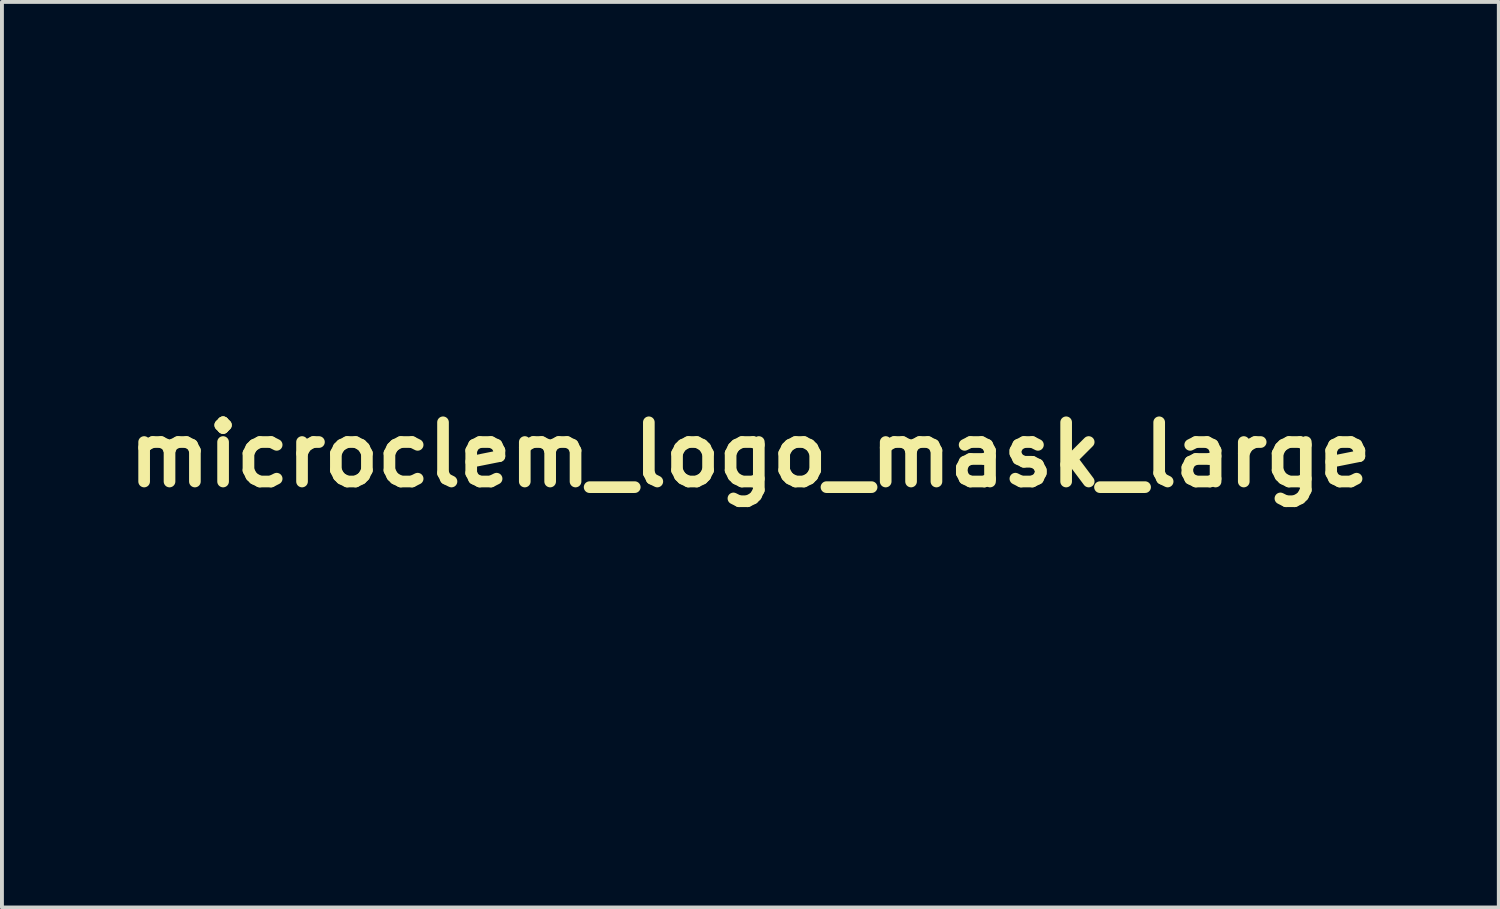
<source format=kicad_pcb>
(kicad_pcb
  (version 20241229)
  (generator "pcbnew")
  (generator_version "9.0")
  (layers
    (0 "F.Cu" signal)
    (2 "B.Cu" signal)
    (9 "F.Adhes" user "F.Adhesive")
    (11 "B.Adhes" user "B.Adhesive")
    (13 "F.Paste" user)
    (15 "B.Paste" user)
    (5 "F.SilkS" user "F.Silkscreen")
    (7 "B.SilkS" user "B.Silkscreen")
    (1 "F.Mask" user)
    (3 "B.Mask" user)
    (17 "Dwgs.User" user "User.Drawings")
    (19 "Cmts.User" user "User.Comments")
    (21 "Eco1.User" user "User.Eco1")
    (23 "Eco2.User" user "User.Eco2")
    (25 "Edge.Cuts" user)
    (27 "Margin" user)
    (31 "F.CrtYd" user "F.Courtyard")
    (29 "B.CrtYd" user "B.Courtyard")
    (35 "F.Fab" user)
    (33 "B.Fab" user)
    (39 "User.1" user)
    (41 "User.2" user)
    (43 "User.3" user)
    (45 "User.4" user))
  (footprint "microclem_logo_mask_large"
    (layer "F.Cu")
    (at 16.263 8.654)
    (property "Reference" "microclem_logo_mask_large" (at 0 0 0) (layer "F.SilkS") (effects (font (size 1.524 1.524) (thickness 0.3))))
    (attr through_hole)
    (fp_poly (pts (xy -1.359 -0.984) (xy -1.365 -0.978) (xy -1.372 -0.984) (xy -1.365 -0.991) (xy -1.359 -0.984)) (stroke (width 0.01) (type solid)) (fill yes) (layer "F.Mask"))
    (fp_poly (pts (xy -1.067 1.492) (xy -1.073 1.499) (xy -1.079 1.492) (xy -1.073 1.486) (xy -1.067 1.492)) (stroke (width 0.01) (type solid)) (fill yes) (layer "F.Mask"))
    (fp_poly (pts (xy 4.543 6.57) (xy 4.643 6.591) (xy 4.727 6.631) (xy 4.795 6.69) (xy 4.845 6.766) (xy 4.877 6.858) (xy 4.887 6.931) (xy 4.893 7.023) (xy 4.102 7.023) (xy 4.102 6.986) (xy 4.109 6.936) (xy 4.126 6.874) (xy 4.151 6.809) (xy 4.18 6.751) (xy 4.195 6.727) (xy 4.261 6.653) (xy 4.339 6.602) (xy 4.427 6.574) (xy 4.527 6.569) (xy 4.543 6.57)) (stroke (width 0.01) (type solid)) (fill yes) (layer "F.Mask"))
    (fp_poly (pts (xy 0.043 6.591) (xy 0.115 6.607) (xy 0.177 6.638) (xy 0.237 6.684) (xy 0.292 6.749) (xy 0.335 6.833) (xy 0.367 6.932) (xy 0.386 7.041) (xy 0.39 7.156) (xy 0.388 7.188) (xy 0.371 7.32) (xy 0.339 7.432) (xy 0.292 7.524) (xy 0.23 7.598) (xy 0.152 7.652) (xy 0.147 7.655) (xy 0.082 7.678) (xy 0.003 7.692) (xy -0.081 7.695) (xy -0.161 7.688) (xy -0.223 7.671) (xy -0.284 7.637) (xy -0.345 7.588) (xy -0.395 7.531) (xy -0.419 7.493) (xy -0.451 7.417) (xy -0.473 7.336) (xy -0.485 7.243) (xy -0.488 7.144) (xy -0.487 7.068) (xy -0.484 7.009) (xy -0.476 6.96) (xy -0.464 6.913) (xy -0.461 6.902) (xy -0.419 6.797) (xy -0.364 6.714) (xy -0.297 6.652) (xy -0.215 6.611) (xy -0.118 6.589) (xy -0.044 6.585) (xy 0.043 6.591)) (stroke (width 0.01) (type solid)) (fill yes) (layer "F.Mask"))
    (fp_poly (pts (xy -0.038 -0.121) (xy 0.005 -0.115) (xy 0.044 -0.111) (xy 0.078 -0.1) (xy 0.107 -0.069) (xy 0.111 -0.064) (xy 0.135 -0.03) (xy 0.157 -0.002) (xy 0.16 0.002) (xy 0.172 0.022) (xy 0.172 0.048) (xy 0.166 0.072) (xy 0.156 0.112) (xy 0.15 0.148) (xy 0.149 0.152) (xy 0.137 0.181) (xy 0.103 0.206) (xy 0.096 0.21) (xy 0.065 0.229) (xy 0.044 0.246) (xy 0.041 0.251) (xy 0.026 0.263) (xy -0.003 0.266) (xy -0.035 0.261) (xy -0.051 0.254) (xy -0.078 0.245) (xy -0.105 0.241) (xy -0.13 0.236) (xy -0.15 0.216) (xy -0.165 0.191) (xy -0.184 0.158) (xy -0.203 0.135) (xy -0.208 0.131) (xy -0.217 0.121) (xy -0.22 0.101) (xy -0.215 0.066) (xy -0.211 0.043) (xy -0.195 -0.021) (xy -0.174 -0.061) (xy -0.15 -0.076) (xy -0.146 -0.076) (xy -0.127 -0.085) (xy -0.107 -0.103) (xy -0.084 -0.121) (xy -0.054 -0.123) (xy -0.038 -0.121)) (stroke (width 0.01) (type solid)) (fill yes) (layer "F.Mask"))
    (fp_poly (pts (xy 7.938 8.649) (xy -7.925 8.649) (xy -7.925 6.401) (xy -6.82 6.401) (xy -6.82 7.887) (xy -6.591 7.887) (xy -6.591 7.403) (xy -6.591 6.92) (xy -6.531 6.798) (xy -6.484 6.711) (xy -6.442 6.647) (xy -6.401 6.605) (xy -6.362 6.583) (xy -6.333 6.579) (xy -6.296 6.584) (xy -6.271 6.603) (xy -6.265 6.613) (xy -6.259 6.622) (xy -6.255 6.635) (xy -6.251 6.654) (xy -6.248 6.68) (xy -6.246 6.716) (xy -6.244 6.764) (xy -6.243 6.827) (xy -6.241 6.906) (xy -6.24 7.004) (xy -6.239 7.123) (xy -6.238 7.265) (xy -6.238 7.267) (xy -6.235 7.887) (xy -6.007 7.887) (xy -6.007 6.919) (xy -5.942 6.793) (xy -5.898 6.711) (xy -5.859 6.651) (xy -5.823 6.61) (xy -5.789 6.587) (xy -5.754 6.579) (xy -5.749 6.579) (xy -5.712 6.584) (xy -5.687 6.604) (xy -5.68 6.613) (xy -5.675 6.622) (xy -5.671 6.635) (xy -5.667 6.654) (xy -5.664 6.68) (xy -5.662 6.716) (xy -5.66 6.764) (xy -5.658 6.827) (xy -5.657 6.906) (xy -5.656 7.004) (xy -5.655 7.122) (xy -5.654 7.264) (xy -5.654 7.267) (xy -5.651 7.887) (xy -5.421 7.887) (xy -5.423 7.671) (xy -5.144 7.671) (xy -5.144 7.887) (xy -3.962 7.887) (xy -3.962 7.671) (xy -4.407 7.671) (xy -4.407 7.113) (xy -3.705 7.113) (xy -3.703 7.263) (xy -3.681 7.401) (xy -3.639 7.523) (xy -3.579 7.631) (xy -3.501 7.721) (xy -3.406 7.794) (xy -3.294 7.849) (xy -3.193 7.879) (xy -3.115 7.891) (xy -3.02 7.896) (xy -2.918 7.895) (xy -2.817 7.887) (xy -2.724 7.874) (xy -2.661 7.859) (xy -2.559 7.83) (xy -2.555 7.717) (xy -2.554 7.663) (xy -2.555 7.631) (xy -2.558 7.615) (xy -2.566 7.611) (xy -2.574 7.613) (xy -2.723 7.661) (xy -2.861 7.686) (xy -2.989 7.688) (xy -3.034 7.684) (xy -3.146 7.659) (xy -3.238 7.618) (xy -3.313 7.561) (xy -3.37 7.486) (xy -3.412 7.392) (xy -3.438 7.278) (xy -3.443 7.243) (xy -3.447 7.109) (xy -3.429 6.98) (xy -3.403 6.89) (xy -3.367 6.821) (xy -3.313 6.751) (xy -3.248 6.689) (xy -3.18 6.641) (xy -3.165 6.633) (xy -3.089 6.607) (xy -2.997 6.594) (xy -2.895 6.592) (xy -2.791 6.603) (xy -2.69 6.625) (xy -2.608 6.654) (xy -2.553 6.679) (xy -2.553 6.45) (xy -2.594 6.433) (xy -2.68 6.407) (xy -2.717 6.401) (xy -2.184 6.401) (xy -2.184 7.887) (xy -1.93 7.887) (xy -1.93 7.156) (xy -0.741 7.156) (xy -0.734 7.297) (xy -0.714 7.419) (xy -0.68 7.525) (xy -0.632 7.619) (xy -0.566 7.705) (xy -0.56 7.711) (xy -0.475 7.786) (xy -0.372 7.845) (xy -0.254 7.886) (xy -0.185 7.9) (xy -0.124 7.905) (xy -0.049 7.905) (xy 0.03 7.899) (xy 0.102 7.89) (xy 0.127 7.884) (xy 0.23 7.849) (xy 0.33 7.793) (xy 0.417 7.723) (xy 0.425 7.715) (xy 0.506 7.62) (xy 0.567 7.513) (xy 0.609 7.394) (xy 0.633 7.259) (xy 0.639 7.125) (xy 0.639 7.113) (xy 0.931 7.113) (xy 0.933 7.263) (xy 0.955 7.401) (xy 0.996 7.523) (xy 1.056 7.631) (xy 1.134 7.721) (xy 1.23 7.794) (xy 1.342 7.849) (xy 1.443 7.879) (xy 1.521 7.891) (xy 1.615 7.896) (xy 1.717 7.895) (xy 1.819 7.887) (xy 1.912 7.874) (xy 1.975 7.859) (xy 2.076 7.83) (xy 2.08 7.717) (xy 2.081 7.671) (xy 2.426 7.671) (xy 2.426 7.887) (xy 3.607 7.887) (xy 3.607 7.671) (xy 3.162 7.671) (xy 3.162 7.172) (xy 3.842 7.172) (xy 3.846 7.275) (xy 3.857 7.368) (xy 3.865 7.41) (xy 3.907 7.536) (xy 3.965 7.643) (xy 4.041 7.732) (xy 4.134 7.803) (xy 4.245 7.856) (xy 4.375 7.891) (xy 4.425 7.9) (xy 4.483 7.904) (xy 4.558 7.906) (xy 4.644 7.904) (xy 4.731 7.899) (xy 4.814 7.891) (xy 4.851 7.886) (xy 4.908 7.877) (xy 4.967 7.866) (xy 5.001 7.859) (xy 5.067 7.845) (xy 5.067 7.743) (xy 5.067 7.693) (xy 5.065 7.664) (xy 5.06 7.65) (xy 5.05 7.648) (xy 5.039 7.65) (xy 4.96 7.668) (xy 4.868 7.682) (xy 4.769 7.692) (xy 4.67 7.697) (xy 4.575 7.698) (xy 4.491 7.693) (xy 4.424 7.684) (xy 4.407 7.679) (xy 4.312 7.639) (xy 4.232 7.58) (xy 4.169 7.505) (xy 4.126 7.417) (xy 4.104 7.319) (xy 4.102 7.275) (xy 4.102 7.214) (xy 5.142 7.214) (xy 5.151 7.156) (xy 5.154 7.114) (xy 5.154 7.059) (xy 5.151 7.002) (xy 5.15 7.001) (xy 5.128 6.856) (xy 5.088 6.73) (xy 5.032 6.623) (xy 4.958 6.534) (xy 4.869 6.465) (xy 4.763 6.415) (xy 4.706 6.401) (xy 5.436 6.401) (xy 5.436 7.887) (xy 5.664 7.887) (xy 5.664 6.92) (xy 5.725 6.798) (xy 5.771 6.711) (xy 5.814 6.647) (xy 5.854 6.605) (xy 5.894 6.583) (xy 5.922 6.579) (xy 5.959 6.584) (xy 5.984 6.603) (xy 5.991 6.613) (xy 5.996 6.622) (xy 6 6.635) (xy 6.004 6.654) (xy 6.007 6.68) (xy 6.009 6.716) (xy 6.011 6.764) (xy 6.013 6.827) (xy 6.014 6.906) (xy 6.015 7.004) (xy 6.016 7.123) (xy 6.017 7.265) (xy 6.017 7.267) (xy 6.021 7.887) (xy 6.248 7.887) (xy 6.248 6.919) (xy 6.313 6.793) (xy 6.358 6.711) (xy 6.397 6.651) (xy 6.432 6.61) (xy 6.466 6.587) (xy 6.501 6.579) (xy 6.507 6.579) (xy 6.544 6.584) (xy 6.569 6.604) (xy 6.575 6.613) (xy 6.58 6.622) (xy 6.585 6.635) (xy 6.588 6.654) (xy 6.591 6.68) (xy 6.594 6.716) (xy 6.596 6.764) (xy 6.597 6.827) (xy 6.598 6.906) (xy 6.599 7.004) (xy 6.6 7.122) (xy 6.601 7.264) (xy 6.601 7.267) (xy 6.605 7.887) (xy 6.834 7.887) (xy 6.83 7.255) (xy 6.829 7.112) (xy 6.828 6.992) (xy 6.827 6.893) (xy 6.826 6.812) (xy 6.825 6.747) (xy 6.823 6.696) (xy 6.82 6.657) (xy 6.817 6.627) (xy 6.814 6.604) (xy 6.809 6.585) (xy 6.804 6.569) (xy 6.798 6.553) (xy 6.762 6.486) (xy 6.716 6.431) (xy 6.664 6.394) (xy 6.651 6.389) (xy 6.593 6.377) (xy 6.527 6.377) (xy 6.465 6.39) (xy 6.44 6.4) (xy 6.384 6.439) (xy 6.331 6.499) (xy 6.28 6.58) (xy 6.265 6.608) (xy 6.219 6.699) (xy 6.204 6.61) (xy 6.183 6.524) (xy 6.155 6.461) (xy 6.115 6.417) (xy 6.063 6.391) (xy 5.995 6.378) (xy 5.988 6.378) (xy 5.916 6.381) (xy 5.854 6.401) (xy 5.797 6.441) (xy 5.745 6.502) (xy 5.693 6.587) (xy 5.686 6.6) (xy 5.665 6.639) (xy 5.649 6.659) (xy 5.639 6.658) (xy 5.632 6.637) (xy 5.628 6.592) (xy 5.627 6.524) (xy 5.627 6.518) (xy 5.626 6.401) (xy 5.436 6.401) (xy 4.706 6.401) (xy 4.642 6.385) (xy 4.511 6.375) (xy 4.384 6.385) (xy 4.272 6.416) (xy 4.169 6.468) (xy 4.074 6.544) (xy 4.058 6.56) (xy 3.983 6.648) (xy 3.924 6.748) (xy 3.879 6.865) (xy 3.871 6.89) (xy 3.855 6.971) (xy 3.845 7.068) (xy 3.842 7.172) (xy 3.162 7.172) (xy 3.162 5.791) (xy 2.464 5.791) (xy 2.464 5.994) (xy 2.908 5.994) (xy 2.908 7.671) (xy 2.426 7.671) (xy 2.081 7.671) (xy 2.082 7.663) (xy 2.081 7.631) (xy 2.077 7.615) (xy 2.07 7.611) (xy 2.061 7.613) (xy 1.913 7.661) (xy 1.775 7.686) (xy 1.646 7.688) (xy 1.601 7.684) (xy 1.49 7.659) (xy 1.397 7.618) (xy 1.323 7.561) (xy 1.265 7.486) (xy 1.224 7.392) (xy 1.198 7.278) (xy 1.193 7.243) (xy 1.189 7.109) (xy 1.206 6.98) (xy 1.233 6.89) (xy 1.269 6.821) (xy 1.323 6.751) (xy 1.387 6.689) (xy 1.456 6.641) (xy 1.471 6.633) (xy 1.547 6.607) (xy 1.639 6.594) (xy 1.74 6.592) (xy 1.844 6.603) (xy 1.945 6.625) (xy 2.028 6.654) (xy 2.083 6.679) (xy 2.083 6.45) (xy 2.042 6.433) (xy 1.955 6.407) (xy 1.849 6.39) (xy 1.721 6.383) (xy 1.689 6.382) (xy 1.613 6.383) (xy 1.554 6.387) (xy 1.506 6.393) (xy 1.46 6.404) (xy 1.441 6.41) (xy 1.314 6.462) (xy 1.204 6.533) (xy 1.111 6.621) (xy 1.037 6.726) (xy 0.981 6.847) (xy 0.945 6.983) (xy 0.931 7.113) (xy 0.639 7.113) (xy 0.636 7.013) (xy 0.626 6.921) (xy 0.618 6.878) (xy 0.575 6.749) (xy 0.515 6.638) (xy 0.438 6.545) (xy 0.345 6.472) (xy 0.237 6.419) (xy 0.114 6.387) (xy -0.023 6.375) (xy -0.027 6.375) (xy -0.127 6.379) (xy -0.212 6.392) (xy -0.293 6.416) (xy -0.364 6.446) (xy -0.465 6.508) (xy -0.553 6.589) (xy -0.625 6.686) (xy -0.651 6.733) (xy -0.688 6.816) (xy -0.714 6.892) (xy -0.73 6.969) (xy -0.739 7.056) (xy -0.741 7.156) (xy -1.93 7.156) (xy -1.93 6.907) (xy -1.8 6.777) (xy -1.715 6.697) (xy -1.64 6.64) (xy -1.57 6.602) (xy -1.504 6.584) (xy -1.44 6.583) (xy -1.399 6.591) (xy -1.335 6.618) (xy -1.286 6.663) (xy -1.251 6.726) (xy -1.229 6.809) (xy -1.223 6.868) (xy -1.216 6.96) (xy -0.965 6.96) (xy -0.966 6.906) (xy -0.971 6.836) (xy -0.983 6.759) (xy -1.001 6.684) (xy -1.022 6.621) (xy -1.032 6.597) (xy -1.088 6.513) (xy -1.159 6.45) (xy -1.245 6.406) (xy -1.347 6.382) (xy -1.392 6.378) (xy -1.496 6.381) (xy -1.592 6.404) (xy -1.685 6.447) (xy -1.778 6.512) (xy -1.863 6.59) (xy -1.898 6.625) (xy -1.927 6.652) (xy -1.945 6.666) (xy -1.948 6.668) (xy -1.951 6.656) (xy -1.954 6.624) (xy -1.955 6.577) (xy -1.956 6.534) (xy -1.956 6.401) (xy -2.184 6.401) (xy -2.717 6.401) (xy -2.786 6.39) (xy -2.914 6.383) (xy -2.946 6.382) (xy -3.023 6.383) (xy -3.081 6.387) (xy -3.13 6.393) (xy -3.175 6.404) (xy -3.194 6.41) (xy -3.321 6.462) (xy -3.432 6.533) (xy -3.525 6.621) (xy -3.599 6.726) (xy -3.654 6.847) (xy -3.69 6.983) (xy -3.705 7.113) (xy -4.407 7.113) (xy -4.407 6.401) (xy -5.105 6.401) (xy -5.105 6.604) (xy -4.661 6.604) (xy -4.661 7.671) (xy -5.144 7.671) (xy -5.423 7.671) (xy -5.425 7.255) (xy -5.426 7.112) (xy -5.427 6.992) (xy -5.428 6.893) (xy -5.43 6.812) (xy -5.431 6.747) (xy -5.433 6.696) (xy -5.435 6.657) (xy -5.438 6.627) (xy -5.442 6.604) (xy -5.446 6.585) (xy -5.452 6.569) (xy -5.458 6.553) (xy -5.494 6.486) (xy -5.54 6.431) (xy -5.592 6.394) (xy -5.605 6.389) (xy -5.662 6.377) (xy -5.728 6.377) (xy -5.79 6.39) (xy -5.815 6.4) (xy -5.872 6.439) (xy -5.925 6.499) (xy -5.976 6.58) (xy -5.99 6.608) (xy -6.037 6.699) (xy -6.052 6.61) (xy -6.072 6.524) (xy -6.101 6.461) (xy -6.14 6.417) (xy -6.193 6.391) (xy -6.261 6.378) (xy -6.268 6.378) (xy -6.339 6.381) (xy -6.402 6.401) (xy -6.458 6.441) (xy -6.511 6.502) (xy -6.562 6.587) (xy -6.569 6.6) (xy -6.591 6.639) (xy -6.606 6.659) (xy -6.617 6.658) (xy -6.623 6.637) (xy -6.627 6.592) (xy -6.628 6.524) (xy -6.629 6.518) (xy -6.629 6.401) (xy -6.82 6.401) (xy -7.925 6.401) (xy -7.925 5.991) (xy -4.768 5.991) (xy -4.763 6.017) (xy -4.74 6.068) (xy -4.701 6.114) (xy -4.655 6.149) (xy -4.631 6.158) (xy -4.594 6.168) (xy -4.569 6.17) (xy -4.539 6.165) (xy -4.521 6.16) (xy -4.471 6.135) (xy -4.426 6.094) (xy -4.393 6.044) (xy -4.382 6.014) (xy -4.379 5.95) (xy -4.398 5.888) (xy -4.435 5.834) (xy -4.486 5.795) (xy -4.523 5.781) (xy -4.588 5.776) (xy -4.649 5.792) (xy -4.701 5.825) (xy -4.741 5.872) (xy -4.765 5.929) (xy -4.768 5.991) (xy -7.925 5.991) (xy -7.925 4.066) (xy -2.957 4.066) (xy -2.951 4.112) (xy -2.93 4.171) (xy -2.895 4.242) (xy -2.849 4.32) (xy -2.792 4.401) (xy -2.786 4.408) (xy -2.748 4.453) (xy -2.695 4.51) (xy -2.633 4.572) (xy -2.566 4.635) (xy -2.499 4.695) (xy -2.439 4.746) (xy -2.422 4.759) (xy -2.316 4.83) (xy -2.189 4.897) (xy -2.05 4.957) (xy -1.902 5.009) (xy -1.753 5.049) (xy -1.607 5.077) (xy -1.471 5.09) (xy -1.454 5.091) (xy -1.418 5.091) (xy -1.363 5.089) (xy -1.296 5.085) (xy -1.225 5.081) (xy -1.212 5.08) (xy -1.132 5.073) (xy -1.042 5.061) (xy -0.948 5.046) (xy -0.854 5.029) (xy -0.767 5.011) (xy -0.693 4.993) (xy -0.636 4.975) (xy -0.622 4.97) (xy -0.578 4.952) (xy -0.595 4.939) (xy 0.701 4.939) (xy 0.712 4.96) (xy 0.712 4.96) (xy 0.742 4.984) (xy 0.793 5.01) (xy 0.86 5.035) (xy 0.939 5.059) (xy 1.024 5.081) (xy 1.111 5.097) (xy 1.144 5.1) (xy 1.196 5.1) (xy 1.263 5.1) (xy 1.338 5.097) (xy 1.415 5.094) (xy 1.49 5.09) (xy 1.556 5.085) (xy 1.607 5.08) (xy 1.619 5.078) (xy 1.738 5.052) (xy 1.868 5.011) (xy 2.004 4.956) (xy 2.139 4.891) (xy 2.267 4.818) (xy 2.383 4.741) (xy 2.469 4.672) (xy 2.534 4.61) (xy 2.608 4.532) (xy 2.685 4.444) (xy 2.76 4.353) (xy 2.828 4.264) (xy 2.87 4.204) (xy 2.915 4.136) (xy 2.955 4.07) (xy 2.99 4.012) (xy 3.016 3.964) (xy 3.032 3.931) (xy 3.035 3.918) (xy 3.024 3.915) (xy 2.998 3.918) (xy 2.992 3.919) (xy 2.962 3.922) (xy 2.949 3.915) (xy 2.944 3.892) (xy 2.944 3.891) (xy 2.94 3.868) (xy 2.931 3.866) (xy 2.921 3.875) (xy 2.898 3.894) (xy 2.866 3.918) (xy 2.857 3.925) (xy 2.829 3.945) (xy 2.787 3.977) (xy 2.738 4.015) (xy 2.696 4.047) (xy 2.616 4.107) (xy 2.534 4.163) (xy 2.447 4.219) (xy 2.348 4.275) (xy 2.236 4.336) (xy 2.104 4.403) (xy 2.083 4.414) (xy 1.992 4.458) (xy 1.901 4.501) (xy 1.814 4.54) (xy 1.735 4.574) (xy 1.667 4.602) (xy 1.612 4.623) (xy 1.575 4.634) (xy 1.563 4.636) (xy 1.547 4.639) (xy 1.512 4.649) (xy 1.462 4.663) (xy 1.404 4.68) (xy 1.401 4.681) (xy 1.332 4.701) (xy 1.247 4.723) (xy 1.157 4.745) (xy 1.071 4.765) (xy 1.052 4.769) (xy 0.971 4.787) (xy 0.91 4.802) (xy 0.864 4.816) (xy 0.827 4.831) (xy 0.794 4.849) (xy 0.782 4.857) (xy 0.734 4.89) (xy 0.708 4.916) (xy 0.701 4.939) (xy -0.595 4.939) (xy -0.61 4.927) (xy -0.636 4.91) (xy -0.654 4.902) (xy -0.654 4.902) (xy -0.654 4.895) (xy -0.638 4.88) (xy -0.636 4.878) (xy -0.616 4.861) (xy -0.615 4.853) (xy -0.63 4.847) (xy -0.65 4.843) (xy -0.691 4.836) (xy -0.747 4.828) (xy -0.814 4.819) (xy -0.857 4.813) (xy -0.97 4.797) (xy -1.074 4.78) (xy -1.175 4.758) (xy -1.278 4.733) (xy -1.389 4.701) (xy -1.514 4.661) (xy -1.617 4.627) (xy -1.841 4.546) (xy -2.049 4.457) (xy -2.249 4.356) (xy -2.45 4.24) (xy -2.604 4.141) (xy -2.674 4.096) (xy -2.729 4.065) (xy -2.774 4.043) (xy -2.815 4.03) (xy -2.828 4.027) (xy -2.885 4.016) (xy -2.922 4.015) (xy -2.943 4.024) (xy -2.954 4.045) (xy -2.957 4.066) (xy -7.925 4.066) (xy -7.925 3.999) (xy -0.037 3.999) (xy -0.037 4.081) (xy -0.035 4.152) (xy -0.031 4.205) (xy -0.025 4.238) (xy -0.025 4.238) (xy 0.001 4.281) (xy 0.045 4.322) (xy 0.099 4.356) (xy 0.156 4.376) (xy 0.165 4.378) (xy 0.191 4.384) (xy 0.202 4.389) (xy 0.215 4.386) (xy 0.242 4.374) (xy 0.258 4.365) (xy 0.31 4.322) (xy 0.346 4.271) (xy 0.37 4.219) (xy 0.397 4.147) (xy 0.424 4.061) (xy 0.451 3.964) (xy 0.475 3.863) (xy 0.479 3.844) (xy 0.486 3.809) (xy 0.491 3.77) (xy 0.495 3.725) (xy 0.498 3.67) (xy 0.5 3.601) (xy 0.501 3.515) (xy 0.501 3.409) (xy 0.501 3.353) (xy 0.501 3.242) (xy 0.501 3.153) (xy 0.5 3.08) (xy 0.498 3.019) (xy 0.495 2.965) (xy 0.49 2.914) (xy 0.483 2.862) (xy 0.474 2.803) (xy 0.463 2.734) (xy 0.459 2.711) (xy 0.444 2.622) (xy 0.428 2.529) (xy 0.412 2.441) (xy 0.397 2.364) (xy 0.386 2.311) (xy 0.37 2.236) (xy 0.353 2.154) (xy 0.337 2.077) (xy 0.33 2.039) (xy 0.317 1.983) (xy 0.304 1.936) (xy 0.292 1.902) (xy 0.285 1.892) (xy 0.27 1.867) (xy 0.267 1.852) (xy 0.26 1.83) (xy 0.244 1.811) (xy 0.226 1.8) (xy 0.213 1.804) (xy 0.212 1.806) (xy 0.206 1.807) (xy 0.197 1.788) (xy 0.196 1.784) (xy 0.184 1.754) (xy 0.168 1.729) (xy 0.153 1.715) (xy 0.147 1.716) (xy 0.142 1.732) (xy 0.136 1.77) (xy 0.13 1.825) (xy 0.123 1.895) (xy 0.116 1.974) (xy 0.109 2.061) (xy 0.103 2.149) (xy 0.102 2.172) (xy 0.097 2.251) (xy 0.089 2.348) (xy 0.081 2.456) (xy 0.071 2.568) (xy 0.061 2.676) (xy 0.057 2.718) (xy 0.048 2.821) (xy 0.038 2.928) (xy 0.029 3.034) (xy 0.021 3.132) (xy 0.015 3.214) (xy 0.013 3.245) (xy 0.006 3.335) (xy -0.002 3.437) (xy -0.01 3.537) (xy -0.018 3.626) (xy -0.019 3.637) (xy -0.027 3.724) (xy -0.032 3.816) (xy -0.036 3.909) (xy -0.037 3.999) (xy -7.925 3.999) (xy -7.925 1.403) (xy -5.048 1.403) (xy -5.045 1.545) (xy -5.036 1.67) (xy -5.019 1.783) (xy -4.993 1.89) (xy -4.955 1.997) (xy -4.905 2.111) (xy -4.841 2.237) (xy -4.824 2.269) (xy -4.745 2.401) (xy -4.657 2.521) (xy -4.554 2.636) (xy -4.447 2.737) (xy -4.377 2.797) (xy -4.303 2.857) (xy -4.228 2.914) (xy -4.154 2.967) (xy -4.083 3.014) (xy -4.018 3.054) (xy -3.962 3.086) (xy -3.917 3.107) (xy -3.886 3.116) (xy -3.87 3.112) (xy -3.869 3.104) (xy -3.875 3.067) (xy -3.875 3.049) (xy -3.865 3.044) (xy -3.851 3.045) (xy -3.829 3.043) (xy -3.823 3.038) (xy -3.83 3.025) (xy -3.834 3.019) (xy -2.985 3.019) (xy -2.985 3.081) (xy -2.979 3.137) (xy -2.964 3.196) (xy -2.942 3.247) (xy -2.921 3.279) (xy -2.886 3.3) (xy -2.835 3.309) (xy -2.773 3.308) (xy -2.707 3.294) (xy -2.658 3.277) (xy -2.57 3.233) (xy -2.472 3.176) (xy -2.371 3.11) (xy -2.274 3.04) (xy -2.189 2.972) (xy -2.168 2.953) (xy -2.024 2.818) (xy -1.892 2.685) (xy -1.769 2.549) (xy -1.65 2.406) (xy -1.532 2.25) (xy -1.41 2.077) (xy -1.355 1.996) (xy -1.311 1.93) (xy -1.264 1.858) (xy -1.218 1.791) (xy -1.19 1.748) (xy -1.152 1.687) (xy -1.117 1.625) (xy -1.089 1.567) (xy -1.07 1.52) (xy -1.065 1.499) (xy -1.065 1.47) (xy -1.073 1.455) (xy -1.081 1.455) (xy -1.09 1.457) (xy -1.086 1.448) (xy -1.077 1.424) (xy -1.071 1.394) (xy -1.067 1.356) (xy -1.102 1.378) (xy -1.14 1.405) (xy -1.188 1.442) (xy -1.249 1.493) (xy -1.324 1.559) (xy -1.384 1.612) (xy -1.43 1.652) (xy -1.492 1.706) (xy -1.565 1.768) (xy -1.645 1.835) (xy -1.727 1.905) (xy -1.803 1.967) (xy -1.883 2.034) (xy -1.964 2.102) (xy -2.041 2.167) (xy -2.11 2.226) (xy -2.168 2.275) (xy -2.209 2.311) (xy -2.262 2.356) (xy -2.327 2.413) (xy -2.399 2.474) (xy -2.471 2.535) (xy -2.508 2.566) (xy -2.581 2.628) (xy -2.66 2.7) (xy -2.739 2.773) (xy -2.81 2.841) (xy -2.835 2.867) (xy -2.985 3.019) (xy -3.834 3.019) (xy -3.85 2.995) (xy -3.882 2.952) (xy -3.921 2.898) (xy -3.966 2.838) (xy -3.969 2.835) (xy -4.021 2.765) (xy -4.072 2.693) (xy -4.119 2.626) (xy -4.158 2.568) (xy -4.179 2.533) (xy -4.208 2.483) (xy -4.244 2.415) (xy -4.286 2.335) (xy -4.331 2.248) (xy -4.376 2.158) (xy -4.419 2.071) (xy -4.458 1.991) (xy -4.489 1.924) (xy -4.511 1.874) (xy -4.512 1.873) (xy -4.543 1.792) (xy -4.576 1.692) (xy -4.611 1.58) (xy -4.646 1.46) (xy -4.678 1.34) (xy -4.705 1.226) (xy -4.722 1.146) (xy -4.74 1.066) (xy -4.755 1.005) (xy -4.771 0.957) (xy -4.789 0.918) (xy -4.802 0.895) (xy -4.837 0.841) (xy -4.864 0.808) (xy -4.886 0.793) (xy -4.905 0.794) (xy -4.928 0.815) (xy -4.954 0.857) (xy -4.98 0.919) (xy -5.006 0.998) (xy -5.014 1.026) (xy -5.026 1.071) (xy -5.034 1.11) (xy -5.04 1.149) (xy -5.044 1.193) (xy -5.046 1.247) (xy -5.047 1.316) (xy -5.048 1.403) (xy -7.925 1.403) (xy -7.925 0.291) (xy -4.343 0.291) (xy -4.332 0.336) (xy -4.298 0.383) (xy -4.247 0.425) (xy -4.217 0.443) (xy -4.168 0.465) (xy -4.1 0.49) (xy -4.02 0.515) (xy -3.935 0.539) (xy -3.85 0.56) (xy -3.774 0.575) (xy -3.727 0.583) (xy -3.669 0.588) (xy -3.59 0.592) (xy -3.496 0.594) (xy -3.393 0.595) (xy -3.284 0.595) (xy -3.177 0.594) (xy -3.074 0.592) (xy -2.983 0.588) (xy -2.908 0.583) (xy -2.863 0.578) (xy -2.786 0.568) (xy -2.699 0.554) (xy -2.606 0.54) (xy -2.512 0.524) (xy -2.422 0.509) (xy -2.339 0.494) (xy -2.269 0.481) (xy -2.217 0.47) (xy -2.191 0.464) (xy -2.148 0.454) (xy -2.091 0.441) (xy -2.03 0.428) (xy -2.013 0.425) (xy -1.956 0.412) (xy -1.898 0.395) (xy -1.845 0.375) (xy -1.801 0.356) (xy -1.773 0.339) (xy -1.765 0.328) (xy -1.755 0.319) (xy -1.743 0.317) (xy -1.729 0.315) (xy -1.739 0.308) (xy -1.746 0.305) (xy -1.772 0.294) (xy -1.746 0.293) (xy -1.721 0.286) (xy -1.696 0.272) (xy -1.68 0.257) (xy -1.68 0.247) (xy -1.695 0.238) (xy -1.726 0.231) (xy -1.774 0.223) (xy -1.841 0.216) (xy -1.929 0.208) (xy -2.039 0.2) (xy -2.084 0.197) (xy -2.187 0.19) (xy -2.307 0.181) (xy -2.434 0.171) (xy -2.561 0.16) (xy -2.677 0.15) (xy -2.682 0.149) (xy -1.384 0.149) (xy -1.38 0.18) (xy -1.363 0.222) (xy -1.334 0.28) (xy -1.31 0.33) (xy -1.291 0.376) (xy -1.279 0.41) (xy -1.277 0.415) (xy -1.254 0.47) (xy -1.208 0.534) (xy -1.139 0.605) (xy -1.073 0.663) (xy -1.024 0.705) (xy -0.978 0.746) (xy -0.941 0.779) (xy -0.922 0.798) (xy -0.9 0.824) (xy -0.893 0.841) (xy -0.9 0.859) (xy -0.904 0.866) (xy -0.918 0.896) (xy -0.929 0.939) (xy -0.932 0.959) (xy -0.939 1.002) (xy -0.946 1.039) (xy -0.948 1.05) (xy -0.945 1.071) (xy -0.924 1.092) (xy -0.882 1.115) (xy -0.819 1.139) (xy -0.767 1.156) (xy -0.721 1.173) (xy -0.683 1.189) (xy -0.66 1.201) (xy -0.66 1.201) (xy -0.619 1.223) (xy -0.556 1.236) (xy -0.475 1.24) (xy -0.379 1.234) (xy -0.37 1.233) (xy -0.305 1.227) (xy -0.24 1.222) (xy -0.185 1.22) (xy -0.163 1.219) (xy -0.121 1.22) (xy -0.099 1.224) (xy -0.087 1.237) (xy -0.079 1.26) (xy -0.078 1.262) (xy -0.064 1.295) (xy -0.04 1.338) (xy -0.018 1.37) (xy 0.01 1.406) (xy 0.03 1.425) (xy 0.049 1.43) (xy 0.07 1.428) (xy 0.099 1.419) (xy 0.142 1.401) (xy 0.192 1.378) (xy 0.207 1.371) (xy 0.254 1.348) (xy 0.294 1.331) (xy 0.32 1.322) (xy 0.325 1.321) (xy 0.361 1.311) (xy 0.407 1.282) (xy 0.46 1.239) (xy 0.514 1.183) (xy 0.542 1.151) (xy 0.572 1.115) (xy 1.27 1.115) (xy 1.278 1.134) (xy 1.302 1.168) (xy 1.339 1.216) (xy 1.387 1.276) (xy 1.445 1.344) (xy 1.503 1.409) (xy 1.548 1.46) (xy 1.605 1.527) (xy 1.67 1.603) (xy 1.739 1.685) (xy 1.809 1.769) (xy 1.859 1.829) (xy 1.928 1.912) (xy 2.001 1.999) (xy 2.074 2.085) (xy 2.142 2.166) (xy 2.201 2.235) (xy 2.234 2.273) (xy 2.294 2.343) (xy 2.36 2.42) (xy 2.425 2.497) (xy 2.483 2.566) (xy 2.504 2.591) (xy 2.55 2.644) (xy 2.603 2.703) (xy 2.661 2.764) (xy 2.72 2.826) (xy 2.777 2.885) (xy 2.83 2.937) (xy 2.876 2.98) (xy 2.911 3.011) (xy 2.932 3.026) (xy 2.934 3.027) (xy 2.951 3.032) (xy 2.969 3.034) (xy 2.995 3.031) (xy 3.035 3.025) (xy 3.057 3.021) (xy 3.13 3.001) (xy 3.181 2.969) (xy 3.202 2.938) (xy 3.925 2.938) (xy 3.926 2.978) (xy 3.933 3.002) (xy 3.934 3.003) (xy 3.956 3.009) (xy 3.995 3.003) (xy 4.044 2.988) (xy 4.098 2.965) (xy 4.127 2.95) (xy 4.232 2.888) (xy 4.326 2.821) (xy 4.414 2.747) (xy 4.502 2.66) (xy 4.593 2.556) (xy 4.638 2.502) (xy 4.728 2.373) (xy 4.809 2.224) (xy 4.879 2.059) (xy 4.936 1.881) (xy 4.978 1.702) (xy 4.985 1.648) (xy 4.99 1.575) (xy 4.992 1.489) (xy 4.992 1.397) (xy 4.99 1.305) (xy 4.986 1.219) (xy 4.979 1.146) (xy 4.979 1.139) (xy 4.967 1.059) (xy 4.953 0.974) (xy 4.936 0.888) (xy 4.918 0.808) (xy 4.9 0.737) (xy 4.883 0.681) (xy 4.868 0.643) (xy 4.864 0.635) (xy 4.853 0.624) (xy 4.846 0.636) (xy 4.844 0.644) (xy 4.827 0.672) (xy 4.801 0.68) (xy 4.775 0.667) (xy 4.767 0.661) (xy 4.76 0.663) (xy 4.754 0.677) (xy 4.748 0.706) (xy 4.741 0.753) (xy 4.732 0.822) (xy 4.732 0.822) (xy 4.715 0.946) (xy 4.699 1.054) (xy 4.682 1.151) (xy 4.662 1.242) (xy 4.639 1.334) (xy 4.611 1.432) (xy 4.576 1.54) (xy 4.534 1.666) (xy 4.523 1.698) (xy 4.429 1.947) (xy 4.322 2.181) (xy 4.199 2.409) (xy 4.056 2.637) (xy 4.055 2.638) (xy 4.018 2.697) (xy 3.984 2.754) (xy 3.958 2.803) (xy 3.943 2.838) (xy 3.942 2.84) (xy 3.931 2.89) (xy 3.925 2.938) (xy 3.202 2.938) (xy 3.211 2.924) (xy 3.221 2.865) (xy 3.211 2.791) (xy 3.201 2.755) (xy 3.178 2.697) (xy 3.142 2.624) (xy 3.097 2.542) (xy 3.045 2.458) (xy 2.99 2.375) (xy 2.936 2.301) (xy 2.891 2.246) (xy 2.813 2.161) (xy 2.724 2.069) (xy 2.628 1.975) (xy 2.53 1.882) (xy 2.433 1.795) (xy 2.343 1.718) (xy 2.263 1.654) (xy 2.235 1.633) (xy 2.096 1.534) (xy 1.967 1.444) (xy 1.849 1.363) (xy 1.744 1.293) (xy 1.652 1.233) (xy 1.576 1.186) (xy 1.517 1.153) (xy 1.476 1.133) (xy 1.469 1.131) (xy 1.414 1.116) (xy 1.379 1.112) (xy 1.364 1.119) (xy 1.364 1.126) (xy 1.366 1.137) (xy 1.353 1.131) (xy 1.343 1.125) (xy 1.315 1.11) (xy 1.288 1.105) (xy 1.272 1.11) (xy 1.27 1.115) (xy 0.572 1.115) (xy 0.611 1.069) (xy 0.666 1.007) (xy 0.709 0.965) (xy 0.737 0.943) (xy 0.746 0.94) (xy 0.769 0.946) (xy 0.791 0.958) (xy 0.818 0.969) (xy 0.861 0.979) (xy 0.902 0.985) (xy 0.944 0.988) (xy 0.974 0.986) (xy 0.996 0.974) (xy 1.014 0.949) (xy 1.033 0.908) (xy 1.054 0.847) (xy 1.059 0.833) (xy 1.076 0.784) (xy 1.092 0.744) (xy 1.104 0.719) (xy 1.106 0.716) (xy 1.117 0.695) (xy 1.13 0.659) (xy 1.138 0.633) (xy 1.143 0.612) (xy 1.147 0.593) (xy 1.149 0.571) (xy 1.15 0.545) (xy 1.149 0.51) (xy 1.146 0.463) (xy 1.142 0.401) (xy 1.135 0.32) (xy 1.126 0.218) (xy 1.125 0.207) (xy 1.127 0.16) (xy 1.143 0.134) (xy 1.167 0.127) (xy 1.19 0.119) (xy 1.224 0.1) (xy 1.265 0.072) (xy 1.304 0.042) (xy 1.317 0.031) (xy 1.332 0.012) (xy 1.338 -0.012) (xy 1.332 -0.043) (xy 1.316 -0.087) (xy 1.302 -0.115) (xy 1.628 -0.115) (xy 1.629 -0.107) (xy 1.648 -0.1) (xy 1.691 -0.092) (xy 1.756 -0.084) (xy 1.841 -0.075) (xy 1.945 -0.067) (xy 1.994 -0.064) (xy 2.065 -0.059) (xy 2.156 -0.052) (xy 2.261 -0.043) (xy 2.374 -0.034) (xy 2.49 -0.024) (xy 2.604 -0.014) (xy 2.623 -0.012) (xy 2.739 -0.002) (xy 2.862 0.009) (xy 2.985 0.019) (xy 3.103 0.029) (xy 3.209 0.038) (xy 3.296 0.045) (xy 3.302 0.045) (xy 3.382 0.051) (xy 3.454 0.057) (xy 3.513 0.063) (xy 3.556 0.067) (xy 3.578 0.07) (xy 3.58 0.071) (xy 3.594 0.072) (xy 3.629 0.074) (xy 3.683 0.075) (xy 3.75 0.076) (xy 3.829 0.076) (xy 3.868 0.076) (xy 3.96 0.076) (xy 4.03 0.076) (xy 4.082 0.074) (xy 4.119 0.072) (xy 4.144 0.068) (xy 4.162 0.063) (xy 4.175 0.056) (xy 4.183 0.05) (xy 4.216 0.015) (xy 4.25 -0.035) (xy 4.278 -0.088) (xy 4.292 -0.131) (xy 4.291 -0.181) (xy 4.264 -0.228) (xy 4.214 -0.274) (xy 4.141 -0.316) (xy 4.046 -0.356) (xy 3.93 -0.392) (xy 3.793 -0.423) (xy 3.716 -0.438) (xy 3.658 -0.445) (xy 3.58 -0.45) (xy 3.486 -0.455) (xy 3.381 -0.457) (xy 3.27 -0.458) (xy 3.159 -0.457) (xy 3.05 -0.455) (xy 2.951 -0.451) (xy 2.865 -0.446) (xy 2.797 -0.439) (xy 2.793 -0.438) (xy 2.662 -0.419) (xy 2.53 -0.398) (xy 2.399 -0.375) (xy 2.273 -0.352) (xy 2.155 -0.328) (xy 2.047 -0.306) (xy 1.952 -0.284) (xy 1.873 -0.264) (xy 1.813 -0.246) (xy 1.775 -0.231) (xy 1.772 -0.229) (xy 1.724 -0.201) (xy 1.696 -0.182) (xy 1.684 -0.17) (xy 1.687 -0.163) (xy 1.691 -0.161) (xy 1.697 -0.155) (xy 1.685 -0.153) (xy 1.663 -0.146) (xy 1.641 -0.131) (xy 1.628 -0.115) (xy 1.302 -0.115) (xy 1.287 -0.147) (xy 1.279 -0.163) (xy 1.256 -0.21) (xy 1.237 -0.253) (xy 1.227 -0.283) (xy 1.227 -0.284) (xy 1.211 -0.325) (xy 1.183 -0.37) (xy 1.139 -0.421) (xy 1.078 -0.479) (xy 1.007 -0.541) (xy 0.955 -0.585) (xy 0.911 -0.624) (xy 0.877 -0.656) (xy 0.858 -0.676) (xy 0.855 -0.68) (xy 0.855 -0.702) (xy 0.863 -0.737) (xy 0.868 -0.752) (xy 0.882 -0.799) (xy 0.892 -0.853) (xy 0.895 -0.873) (xy 0.897 -0.908) (xy 0.892 -0.934) (xy 0.877 -0.955) (xy 0.847 -0.973) (xy 0.801 -0.992) (xy 0.744 -1.011) (xy 0.691 -1.031) (xy 0.641 -1.051) (xy 0.604 -1.068) (xy 0.599 -1.071) (xy 0.567 -1.085) (xy 0.522 -1.093) (xy 0.462 -1.098) (xy 0.385 -1.098) (xy 0.287 -1.093) (xy 0.2 -1.087) (xy 0.137 -1.083) (xy 0.094 -1.081) (xy 0.068 -1.082) (xy 0.053 -1.086) (xy 0.046 -1.094) (xy 0.044 -1.1) (xy 0.008 -1.178) (xy -0.044 -1.249) (xy -0.05 -1.256) (xy 1.01 -1.256) (xy 1.01 -1.235) (xy 1.027 -1.233) (xy 1.06 -1.249) (xy 1.108 -1.282) (xy 1.145 -1.311) (xy 1.19 -1.349) (xy 1.248 -1.399) (xy 1.312 -1.453) (xy 1.375 -1.508) (xy 1.393 -1.524) (xy 1.449 -1.573) (xy 1.519 -1.633) (xy 1.598 -1.699) (xy 1.68 -1.768) (xy 1.76 -1.835) (xy 1.784 -1.854) (xy 1.863 -1.919) (xy 1.945 -1.988) (xy 2.026 -2.056) (xy 2.1 -2.118) (xy 2.162 -2.171) (xy 2.177 -2.185) (xy 2.242 -2.24) (xy 2.31 -2.299) (xy 2.376 -2.355) (xy 2.433 -2.402) (xy 2.445 -2.412) (xy 2.491 -2.451) (xy 2.55 -2.504) (xy 2.616 -2.565) (xy 2.684 -2.63) (xy 2.746 -2.691) (xy 2.934 -2.876) (xy 2.934 -2.9) (xy 3.774 -2.9) (xy 3.783 -2.881) (xy 3.809 -2.845) (xy 3.81 -2.844) (xy 3.842 -2.802) (xy 3.876 -2.757) (xy 3.884 -2.746) (xy 3.909 -2.713) (xy 3.943 -2.668) (xy 3.98 -2.621) (xy 3.986 -2.613) (xy 4.022 -2.563) (xy 4.065 -2.501) (xy 4.106 -2.438) (xy 4.122 -2.411) (xy 4.157 -2.351) (xy 4.198 -2.276) (xy 4.244 -2.189) (xy 4.292 -2.096) (xy 4.339 -2.001) (xy 4.384 -1.909) (xy 4.424 -1.824) (xy 4.457 -1.751) (xy 4.481 -1.695) (xy 4.485 -1.685) (xy 4.524 -1.573) (xy 4.564 -1.445) (xy 4.602 -1.311) (xy 4.638 -1.176) (xy 4.669 -1.049) (xy 4.692 -0.938) (xy 4.693 -0.93) (xy 4.707 -0.862) (xy 4.724 -0.811) (xy 4.745 -0.768) (xy 4.759 -0.745) (xy 4.795 -0.695) (xy 4.822 -0.666) (xy 4.844 -0.657) (xy 4.866 -0.667) (xy 4.891 -0.696) (xy 4.904 -0.713) (xy 4.917 -0.74) (xy 4.934 -0.785) (xy 4.952 -0.841) (xy 4.968 -0.899) (xy 4.983 -0.961) (xy 4.994 -1.012) (xy 5 -1.061) (xy 5.004 -1.113) (xy 5.005 -1.178) (xy 5.005 -1.238) (xy 5.002 -1.387) (xy 4.992 -1.515) (xy 4.977 -1.626) (xy 4.966 -1.681) (xy 4.944 -1.759) (xy 4.91 -1.851) (xy 4.867 -1.953) (xy 4.817 -2.057) (xy 4.763 -2.159) (xy 4.709 -2.251) (xy 4.682 -2.292) (xy 4.62 -2.374) (xy 4.54 -2.463) (xy 4.445 -2.556) (xy 4.34 -2.649) (xy 4.229 -2.74) (xy 4.116 -2.823) (xy 4.006 -2.897) (xy 3.903 -2.957) (xy 3.889 -2.964) (xy 3.821 -2.998) (xy 3.827 -2.947) (xy 3.83 -2.915) (xy 3.826 -2.901) (xy 3.811 -2.901) (xy 3.803 -2.903) (xy 3.781 -2.907) (xy 3.774 -2.9) (xy 2.934 -2.9) (xy 2.934 -2.946) (xy 2.923 -3.038) (xy 2.893 -3.116) (xy 2.879 -3.137) (xy 2.865 -3.154) (xy 2.848 -3.163) (xy 2.82 -3.167) (xy 2.775 -3.169) (xy 2.765 -3.169) (xy 2.721 -3.168) (xy 2.686 -3.163) (xy 2.652 -3.154) (xy 2.611 -3.136) (xy 2.556 -3.109) (xy 2.552 -3.107) (xy 2.448 -3.051) (xy 2.352 -2.992) (xy 2.26 -2.927) (xy 2.167 -2.852) (xy 2.067 -2.764) (xy 1.984 -2.685) (xy 1.833 -2.534) (xy 1.7 -2.39) (xy 1.588 -2.253) (xy 1.514 -2.153) (xy 1.483 -2.108) (xy 1.443 -2.052) (xy 1.401 -1.994) (xy 1.383 -1.968) (xy 1.342 -1.911) (xy 1.298 -1.848) (xy 1.26 -1.791) (xy 1.247 -1.772) (xy 1.212 -1.718) (xy 1.171 -1.654) (xy 1.131 -1.593) (xy 1.124 -1.581) (xy 1.092 -1.53) (xy 1.065 -1.481) (xy 1.046 -1.441) (xy 1.041 -1.429) (xy 1.029 -1.394) (xy 1.018 -1.371) (xy 1.016 -1.367) (xy 1.01 -1.35) (xy 1.014 -1.329) (xy 1.024 -1.316) (xy 1.031 -1.316) (xy 1.035 -1.313) (xy 1.027 -1.294) (xy 1.01 -1.256) (xy -0.05 -1.256) (xy -0.066 -1.272) (xy -0.088 -1.286) (xy -0.113 -1.289) (xy -0.146 -1.281) (xy -0.191 -1.262) (xy -0.254 -1.231) (xy -0.257 -1.23) (xy -0.305 -1.208) (xy -0.346 -1.191) (xy -0.374 -1.182) (xy -0.379 -1.181) (xy -0.41 -1.171) (xy -0.453 -1.143) (xy -0.504 -1.1) (xy -0.561 -1.044) (xy -0.62 -0.977) (xy -0.625 -0.972) (xy -0.666 -0.923) (xy -0.705 -0.879) (xy -0.737 -0.844) (xy -0.754 -0.826) (xy -0.778 -0.807) (xy -0.796 -0.803) (xy -0.822 -0.812) (xy -0.831 -0.816) (xy -0.868 -0.829) (xy -0.917 -0.84) (xy -0.952 -0.845) (xy -0.993 -0.849) (xy -1.023 -0.846) (xy -1.045 -0.833) (xy -1.062 -0.806) (xy -1.08 -0.761) (xy -1.098 -0.709) (xy -1.117 -0.656) (xy -1.137 -0.606) (xy -1.155 -0.57) (xy -1.156 -0.567) (xy -1.174 -0.529) (xy -1.185 -0.483) (xy -1.19 -0.425) (xy -1.191 -0.35) (xy -1.186 -0.256) (xy -1.182 -0.205) (xy -1.176 -0.126) (xy -1.174 -0.068) (xy -1.176 -0.029) (xy -1.183 -0.004) (xy -1.195 0.008) (xy -1.213 0.013) (xy -1.219 0.013) (xy -1.24 0.02) (xy -1.273 0.04) (xy -1.312 0.068) (xy -1.316 0.071) (xy -1.353 0.1) (xy -1.375 0.125) (xy -1.384 0.149) (xy -2.682 0.149) (xy -2.711 0.147) (xy -2.894 0.13) (xy -3.055 0.115) (xy -3.197 0.103) (xy -3.323 0.093) (xy -3.437 0.085) (xy -3.541 0.079) (xy -3.638 0.074) (xy -3.732 0.07) (xy -3.825 0.068) (xy -3.89 0.067) (xy -4.205 0.062) (xy -4.25 0.11) (xy -4.285 0.156) (xy -4.316 0.207) (xy -4.337 0.255) (xy -4.343 0.291) (xy -7.925 0.291) (xy -7.925 -1.31) (xy -5.043 -1.31) (xy -5.038 -1.146) (xy -5.021 -0.973) (xy -4.993 -0.797) (xy -4.984 -0.75) (xy -4.962 -0.652) (xy -4.943 -0.579) (xy -4.925 -0.53) (xy -4.91 -0.503) (xy -4.895 -0.499) (xy -4.882 -0.516) (xy -4.877 -0.527) (xy -4.861 -0.553) (xy -4.846 -0.556) (xy -4.834 -0.54) (xy -4.822 -0.521) (xy -4.811 -0.528) (xy -4.8 -0.561) (xy -4.79 -0.618) (xy -4.79 -0.619) (xy -4.782 -0.674) (xy -4.772 -0.744) (xy -4.762 -0.818) (xy -4.756 -0.864) (xy -4.744 -0.938) (xy -4.729 -1.02) (xy -4.713 -1.095) (xy -4.704 -1.13) (xy -4.683 -1.205) (xy -4.656 -1.294) (xy -4.625 -1.392) (xy -4.59 -1.495) (xy -4.555 -1.598) (xy -4.519 -1.696) (xy -4.486 -1.786) (xy -4.456 -1.862) (xy -4.431 -1.92) (xy -4.423 -1.936) (xy -4.348 -2.083) (xy -4.271 -2.222) (xy -4.197 -2.351) (xy -4.128 -2.462) (xy -4.11 -2.489) (xy -4.055 -2.576) (xy -4.016 -2.649) (xy -3.991 -2.712) (xy -3.982 -2.753) (xy -3.268 -2.753) (xy -3.267 -2.694) (xy -3.251 -2.624) (xy -3.217 -2.54) (xy -3.166 -2.441) (xy -3.097 -2.327) (xy -3.055 -2.262) (xy -3.021 -2.213) (xy -2.981 -2.162) (xy -2.934 -2.106) (xy -2.875 -2.041) (xy -2.802 -1.966) (xy -2.728 -1.89) (xy -2.658 -1.821) (xy -2.588 -1.753) (xy -2.522 -1.691) (xy -2.464 -1.638) (xy -2.416 -1.596) (xy -2.388 -1.573) (xy -2.264 -1.483) (xy -2.142 -1.395) (xy -2.025 -1.313) (xy -1.915 -1.237) (xy -1.814 -1.169) (xy -1.723 -1.11) (xy -1.646 -1.062) (xy -1.584 -1.026) (xy -1.538 -1.003) (xy -1.525 -0.998) (xy -1.48 -0.988) (xy -1.432 -0.984) (xy -1.431 -0.984) (xy -1.399 -0.983) (xy -1.379 -0.978) (xy -1.377 -0.977) (xy -1.361 -0.969) (xy -1.339 -0.97) (xy -1.322 -0.979) (xy -1.321 -0.984) (xy -1.329 -1.003) (xy -1.354 -1.038) (xy -1.394 -1.088) (xy -1.447 -1.153) (xy -1.513 -1.23) (xy -1.582 -1.308) (xy -1.627 -1.36) (xy -1.684 -1.426) (xy -1.749 -1.503) (xy -1.818 -1.585) (xy -1.887 -1.668) (xy -1.931 -1.721) (xy -1.997 -1.801) (xy -2.066 -1.883) (xy -2.133 -1.962) (xy -2.194 -2.035) (xy -2.245 -2.095) (xy -2.273 -2.127) (xy -2.33 -2.192) (xy -2.394 -2.267) (xy -2.46 -2.344) (xy -2.519 -2.414) (xy -2.523 -2.419) (xy -2.582 -2.488) (xy -2.647 -2.559) (xy -2.713 -2.63) (xy -2.779 -2.697) (xy -2.841 -2.759) (xy -2.897 -2.811) (xy -2.945 -2.852) (xy -2.98 -2.879) (xy -2.997 -2.888) (xy -3.04 -2.892) (xy -3.094 -2.886) (xy -3.151 -2.872) (xy -3.199 -2.853) (xy -3.22 -2.839) (xy -3.252 -2.801) (xy -3.268 -2.753) (xy -3.982 -2.753) (xy -3.978 -2.771) (xy -3.976 -2.812) (xy -3.975 -2.874) (xy -4.032 -2.867) (xy -4.097 -2.85) (xy -4.174 -2.815) (xy -4.259 -2.763) (xy -4.349 -2.697) (xy -4.441 -2.62) (xy -4.533 -2.534) (xy -4.621 -2.44) (xy -4.703 -2.343) (xy -4.722 -2.318) (xy -4.79 -2.213) (xy -4.855 -2.089) (xy -4.913 -1.95) (xy -4.964 -1.801) (xy -5.005 -1.648) (xy -5.017 -1.594) (xy -5.036 -1.461) (xy -5.043 -1.31) (xy -7.925 -1.31) (xy -7.925 -3.242) (xy -0.548 -3.242) (xy -0.547 -3.128) (xy -0.546 -3.022) (xy -0.544 -2.928) (xy -0.54 -2.85) (xy -0.536 -2.791) (xy -0.534 -2.769) (xy -0.524 -2.701) (xy -0.512 -2.62) (xy -0.497 -2.531) (xy -0.482 -2.437) (xy -0.466 -2.345) (xy -0.451 -2.257) (xy -0.437 -2.179) (xy -0.425 -2.116) (xy -0.416 -2.072) (xy -0.414 -2.064) (xy -0.402 -2.016) (xy -0.388 -1.954) (xy -0.374 -1.889) (xy -0.368 -1.864) (xy -0.356 -1.812) (xy -0.344 -1.77) (xy -0.334 -1.745) (xy -0.329 -1.74) (xy -0.319 -1.73) (xy -0.318 -1.721) (xy -0.312 -1.704) (xy -0.307 -1.702) (xy -0.294 -1.692) (xy -0.281 -1.669) (xy -0.267 -1.648) (xy -0.254 -1.645) (xy -0.244 -1.641) (xy -0.241 -1.626) (xy -0.237 -1.608) (xy -0.229 -1.607) (xy -0.217 -1.606) (xy -0.216 -1.601) (xy -0.208 -1.588) (xy -0.205 -1.587) (xy -0.198 -1.599) (xy -0.189 -1.63) (xy -0.181 -1.673) (xy -0.18 -1.68) (xy -0.173 -1.732) (xy -0.167 -1.8) (xy -0.161 -1.872) (xy -0.158 -1.918) (xy -0.155 -1.972) (xy -0.149 -2.046) (xy -0.142 -2.134) (xy -0.134 -2.231) (xy -0.126 -2.331) (xy -0.119 -2.4) (xy -0.11 -2.502) (xy -0.101 -2.606) (xy -0.092 -2.706) (xy -0.084 -2.796) (xy -0.078 -2.871) (xy -0.075 -2.908) (xy -0.07 -2.975) (xy -0.063 -3.059) (xy -0.055 -3.155) (xy -0.047 -3.255) (xy -0.038 -3.353) (xy -0.037 -3.366) (xy -0.03 -3.467) (xy -0.023 -3.577) (xy -0.018 -3.687) (xy -0.014 -3.789) (xy -0.013 -3.875) (xy -0.013 -3.877) (xy -0.013 -4.101) (xy -0.05 -4.144) (xy -0.095 -4.184) (xy -0.152 -4.219) (xy -0.21 -4.243) (xy -0.231 -4.249) (xy -0.274 -4.244) (xy -0.32 -4.221) (xy -0.362 -4.181) (xy -0.386 -4.148) (xy -0.419 -4.079) (xy -0.452 -3.988) (xy -0.485 -3.875) (xy -0.514 -3.756) (xy -0.523 -3.711) (xy -0.531 -3.671) (xy -0.537 -3.632) (xy -0.541 -3.59) (xy -0.544 -3.542) (xy -0.546 -3.482) (xy -0.547 -3.408) (xy -0.548 -3.315) (xy -0.548 -3.242) (xy -7.925 -3.242) (xy -7.925 -3.778) (xy -3.083 -3.778) (xy -3.082 -3.776) (xy -3.069 -3.777) (xy -3.041 -3.782) (xy -3.034 -3.783) (xy -3.004 -3.789) (xy -2.993 -3.785) (xy -2.994 -3.768) (xy -2.994 -3.764) (xy -2.996 -3.741) (xy -2.991 -3.734) (xy -2.978 -3.741) (xy -2.949 -3.761) (xy -2.906 -3.792) (xy -2.852 -3.831) (xy -2.791 -3.876) (xy -2.787 -3.879) (xy -2.706 -3.94) (xy -2.633 -3.992) (xy -2.564 -4.038) (xy -2.494 -4.082) (xy -2.419 -4.125) (xy -2.336 -4.17) (xy -2.239 -4.22) (xy -2.124 -4.278) (xy -2.099 -4.29) (xy -1.892 -4.386) (xy -1.687 -4.468) (xy -1.477 -4.537) (xy -1.255 -4.596) (xy -1.084 -4.634) (xy -1.008 -4.651) (xy -0.952 -4.665) (xy -0.909 -4.679) (xy -0.874 -4.694) (xy -0.841 -4.713) (xy -0.834 -4.718) (xy -0.785 -4.755) (xy -0.758 -4.785) (xy -0.754 -4.811) (xy -0.754 -4.811) (xy 0.533 -4.811) (xy 0.543 -4.801) (xy 0.545 -4.801) (xy 0.563 -4.792) (xy 0.578 -4.78) (xy 0.591 -4.762) (xy 0.586 -4.747) (xy 0.578 -4.737) (xy 0.569 -4.725) (xy 0.571 -4.717) (xy 0.589 -4.71) (xy 0.627 -4.703) (xy 0.644 -4.7) (xy 0.693 -4.693) (xy 0.757 -4.683) (xy 0.829 -4.674) (xy 0.883 -4.667) (xy 0.962 -4.655) (xy 1.052 -4.638) (xy 1.138 -4.62) (xy 1.181 -4.61) (xy 1.248 -4.592) (xy 1.331 -4.567) (xy 1.425 -4.537) (xy 1.525 -4.504) (xy 1.626 -4.47) (xy 1.722 -4.436) (xy 1.81 -4.404) (xy 1.883 -4.375) (xy 1.937 -4.353) (xy 2.023 -4.31) (xy 2.124 -4.258) (xy 2.232 -4.199) (xy 2.34 -4.137) (xy 2.441 -4.076) (xy 2.529 -4.021) (xy 2.544 -4.011) (xy 2.622 -3.961) (xy 2.685 -3.925) (xy 2.737 -3.902) (xy 2.766 -3.893) (xy 2.825 -3.88) (xy 2.865 -3.875) (xy 2.891 -3.879) (xy 2.906 -3.889) (xy 2.913 -3.917) (xy 2.906 -3.96) (xy 2.887 -4.015) (xy 2.857 -4.079) (xy 2.82 -4.148) (xy 2.775 -4.218) (xy 2.726 -4.286) (xy 2.675 -4.347) (xy 2.667 -4.355) (xy 2.608 -4.414) (xy 2.54 -4.478) (xy 2.469 -4.541) (xy 2.401 -4.599) (xy 2.339 -4.648) (xy 2.293 -4.68) (xy 2.212 -4.726) (xy 2.113 -4.773) (xy 2.001 -4.818) (xy 1.884 -4.86) (xy 1.768 -4.896) (xy 1.664 -4.921) (xy 1.532 -4.941) (xy 1.383 -4.95) (xy 1.223 -4.947) (xy 1.056 -4.934) (xy 0.888 -4.91) (xy 0.725 -4.876) (xy 0.625 -4.849) (xy 0.581 -4.835) (xy 0.549 -4.822) (xy 0.534 -4.813) (xy 0.533 -4.811) (xy -0.754 -4.811) (xy -0.772 -4.836) (xy -0.81 -4.861) (xy -0.842 -4.876) (xy -0.892 -4.893) (xy -0.95 -4.912) (xy -0.991 -4.923) (xy -1.043 -4.937) (xy -1.087 -4.946) (xy -1.129 -4.953) (xy -1.176 -4.957) (xy -1.234 -4.958) (xy -1.308 -4.959) (xy -1.34 -4.958) (xy -1.421 -4.957) (xy -1.501 -4.954) (xy -1.574 -4.95) (xy -1.633 -4.945) (xy -1.656 -4.942) (xy -1.783 -4.915) (xy -1.921 -4.871) (xy -2.064 -4.812) (xy -2.205 -4.742) (xy -2.34 -4.663) (xy -2.462 -4.578) (xy -2.507 -4.542) (xy -2.562 -4.492) (xy -2.627 -4.425) (xy -2.697 -4.348) (xy -2.768 -4.264) (xy -2.836 -4.179) (xy -2.897 -4.097) (xy -2.922 -4.061) (xy -2.964 -3.998) (xy -3.002 -3.937) (xy -3.035 -3.88) (xy -3.061 -3.832) (xy -3.078 -3.797) (xy -3.083 -3.778) (xy -7.925 -3.778) (xy -7.925 -5.737) (xy -1.888 -5.737) (xy -1.887 -5.719) (xy -1.873 -5.717) (xy -1.851 -5.731) (xy -1.831 -5.75) (xy -1.814 -5.767) (xy -1.807 -5.768) (xy -1.808 -5.764) (xy -1.805 -5.743) (xy -1.797 -5.736) (xy -1.787 -5.722) (xy -1.785 -5.69) (xy -1.787 -5.675) (xy -1.794 -5.62) (xy -1.757 -5.671) (xy -1.745 -5.689) (xy -0.048 -5.689) (xy -0.043 -5.679) (xy -0.025 -5.669) (xy 0.007 -5.657) (xy 0.056 -5.644) (xy 0.124 -5.627) (xy 0.213 -5.605) (xy 0.287 -5.589) (xy 0.432 -5.557) (xy 0.573 -5.531) (xy 0.703 -5.51) (xy 0.818 -5.497) (xy 0.845 -5.494) (xy 0.894 -5.492) (xy 0.964 -5.491) (xy 1.049 -5.492) (xy 1.143 -5.494) (xy 1.241 -5.496) (xy 1.339 -5.5) (xy 1.431 -5.504) (xy 1.511 -5.509) (xy 1.576 -5.514) (xy 1.613 -5.518) (xy 1.719 -5.537) (xy 1.809 -5.562) (xy 1.892 -5.596) (xy 1.96 -5.631) (xy 2.116 -5.731) (xy 2.268 -5.853) (xy 2.416 -5.997) (xy 2.556 -6.159) (xy 2.687 -6.338) (xy 2.806 -6.53) (xy 2.824 -6.562) (xy 2.903 -6.719) (xy 2.96 -6.865) (xy 2.995 -7.004) (xy 3.009 -7.136) (xy 3.01 -7.163) (xy 3.009 -7.203) (xy 3.003 -7.231) (xy 2.987 -7.25) (xy 2.957 -7.267) (xy 2.909 -7.287) (xy 2.902 -7.29) (xy 2.861 -7.307) (xy 2.831 -7.323) (xy 2.818 -7.332) (xy 2.8 -7.341) (xy 2.773 -7.346) (xy 2.738 -7.352) (xy 2.714 -7.359) (xy 2.687 -7.361) (xy 2.676 -7.355) (xy 2.652 -7.342) (xy 2.639 -7.341) (xy 2.62 -7.33) (xy 2.593 -7.299) (xy 2.557 -7.251) (xy 2.517 -7.188) (xy 2.472 -7.114) (xy 2.426 -7.032) (xy 2.387 -6.957) (xy 2.278 -6.76) (xy 2.164 -6.585) (xy 2.042 -6.43) (xy 1.909 -6.291) (xy 1.763 -6.166) (xy 1.737 -6.146) (xy 1.663 -6.093) (xy 1.589 -6.048) (xy 1.512 -6.009) (xy 1.429 -5.977) (xy 1.338 -5.949) (xy 1.235 -5.927) (xy 1.118 -5.907) (xy 0.983 -5.891) (xy 0.827 -5.876) (xy 0.718 -5.867) (xy 0.639 -5.86) (xy 0.557 -5.851) (xy 0.48 -5.84) (xy 0.42 -5.829) (xy 0.419 -5.829) (xy 0.357 -5.815) (xy 0.295 -5.803) (xy 0.243 -5.793) (xy 0.229 -5.79) (xy 0.163 -5.776) (xy 0.098 -5.759) (xy 0.039 -5.74) (xy -0.007 -5.723) (xy -0.032 -5.709) (xy -0.044 -5.698) (xy -0.048 -5.689) (xy -1.745 -5.689) (xy -1.735 -5.703) (xy -1.703 -5.75) (xy -1.666 -5.803) (xy -1.639 -5.843) (xy -1.604 -5.895) (xy -1.57 -5.943) (xy -1.538 -5.988) (xy -1.505 -6.032) (xy -1.47 -6.077) (xy -1.43 -6.126) (xy -1.385 -6.18) (xy -1.332 -6.241) (xy -1.301 -6.277) (xy 0.406 -6.277) (xy 0.416 -6.275) (xy 0.422 -6.278) (xy 0.442 -6.286) (xy 0.477 -6.3) (xy 0.508 -6.312) (xy 0.63 -6.363) (xy 0.772 -6.426) (xy 0.931 -6.501) (xy 1.086 -6.576) (xy 1.16 -6.613) (xy 1.227 -6.646) (xy 1.285 -6.674) (xy 1.329 -6.694) (xy 1.355 -6.706) (xy 1.359 -6.708) (xy 1.392 -6.722) (xy 1.44 -6.746) (xy 1.499 -6.777) (xy 1.565 -6.813) (xy 1.635 -6.852) (xy 1.706 -6.891) (xy 1.772 -6.93) (xy 1.832 -6.965) (xy 1.88 -6.995) (xy 1.913 -7.017) (xy 1.928 -7.03) (xy 1.928 -7.03) (xy 1.933 -7.06) (xy 1.923 -7.087) (xy 1.903 -7.099) (xy 1.9 -7.099) (xy 1.88 -7.105) (xy 1.847 -7.118) (xy 1.828 -7.126) (xy 1.772 -7.153) (xy 1.632 -7.079) (xy 1.509 -7.013) (xy 1.405 -6.955) (xy 1.314 -6.9) (xy 1.232 -6.848) (xy 1.156 -6.795) (xy 1.052 -6.722) (xy 0.967 -6.661) (xy 0.897 -6.612) (xy 0.839 -6.572) (xy 0.792 -6.539) (xy 0.753 -6.512) (xy 0.718 -6.489) (xy 0.686 -6.467) (xy 0.672 -6.458) (xy 0.579 -6.397) (xy 0.506 -6.349) (xy 0.454 -6.314) (xy 0.421 -6.29) (xy 0.407 -6.278) (xy 0.406 -6.277) (xy -1.301 -6.277) (xy -1.27 -6.312) (xy -1.198 -6.394) (xy -1.182 -6.411) (xy -0.279 -6.411) (xy -0.268 -6.404) (xy -0.242 -6.401) (xy -0.241 -6.401) (xy -0.215 -6.397) (xy -0.209 -6.389) (xy -0.21 -6.388) (xy -0.214 -6.371) (xy -0.199 -6.369) (xy -0.165 -6.382) (xy -0.112 -6.408) (xy -0.04 -6.449) (xy 0.049 -6.503) (xy 0.155 -6.571) (xy 0.171 -6.581) (xy 0.226 -6.615) (xy 0.291 -6.654) (xy 0.369 -6.698) (xy 0.464 -6.75) (xy 0.577 -6.81) (xy 0.692 -6.871) (xy 0.761 -6.907) (xy 0.83 -6.944) (xy 0.892 -6.977) (xy 0.94 -7.004) (xy 0.953 -7.011) (xy 0.998 -7.036) (xy 1.058 -7.068) (xy 1.124 -7.102) (xy 1.176 -7.129) (xy 1.33 -7.202) (xy 1.477 -7.263) (xy 1.622 -7.313) (xy 1.77 -7.354) (xy 1.926 -7.386) (xy 2.097 -7.412) (xy 2.286 -7.433) (xy 2.318 -7.436) (xy 2.451 -7.447) (xy 2.563 -7.452) (xy 2.658 -7.452) (xy 2.738 -7.447) (xy 2.808 -7.436) (xy 2.871 -7.419) (xy 2.915 -7.404) (xy 2.976 -7.38) (xy 3.042 -7.357) (xy 3.1 -7.34) (xy 3.104 -7.338) (xy 3.191 -7.314) (xy 3.221 -7.342) (xy 3.245 -7.379) (xy 3.259 -7.432) (xy 3.262 -7.492) (xy 3.258 -7.526) (xy 3.235 -7.581) (xy 3.188 -7.636) (xy 3.116 -7.69) (xy 3.022 -7.744) (xy 2.905 -7.795) (xy 2.794 -7.835) (xy 2.709 -7.861) (xy 2.628 -7.88) (xy 2.545 -7.891) (xy 2.454 -7.897) (xy 2.349 -7.897) (xy 2.28 -7.895) (xy 2.016 -7.875) (xy 1.763 -7.835) (xy 1.517 -7.773) (xy 1.277 -7.688) (xy 1.038 -7.581) (xy 0.798 -7.45) (xy 0.751 -7.421) (xy 0.659 -7.363) (xy 0.578 -7.308) (xy 0.502 -7.251) (xy 0.428 -7.19) (xy 0.349 -7.119) (xy 0.26 -7.034) (xy 0.23 -7.005) (xy 0.156 -6.93) (xy 0.08 -6.852) (xy 0.007 -6.772) (xy -0.063 -6.695) (xy -0.126 -6.622) (xy -0.181 -6.556) (xy -0.226 -6.498) (xy -0.259 -6.453) (xy -0.277 -6.421) (xy -0.279 -6.411) (xy -1.182 -6.411) (xy -1.112 -6.489) (xy -1.013 -6.599) (xy -0.932 -6.689) (xy -0.774 -6.86) (xy -0.623 -7.011) (xy -0.477 -7.145) (xy -0.331 -7.264) (xy -0.182 -7.372) (xy -0.027 -7.472) (xy 0.139 -7.566) (xy 0.234 -7.616) (xy 0.307 -7.653) (xy 0.38 -7.692) (xy 0.447 -7.728) (xy 0.501 -7.758) (xy 0.52 -7.769) (xy 0.573 -7.799) (xy 0.639 -7.835) (xy 0.708 -7.872) (xy 0.752 -7.894) (xy 0.83 -7.937) (xy 0.886 -7.976) (xy 0.925 -8.016) (xy 0.949 -8.059) (xy 0.961 -8.11) (xy 0.961 -8.112) (xy 0.963 -8.136) (xy 0.96 -8.156) (xy 0.949 -8.172) (xy 0.927 -8.187) (xy 0.891 -8.202) (xy 0.839 -8.218) (xy 0.767 -8.238) (xy 0.699 -8.256) (xy 0.623 -8.266) (xy 0.532 -8.262) (xy 0.423 -8.243) (xy 0.296 -8.209) (xy 0.22 -8.185) (xy 0.12 -8.148) (xy 0.023 -8.106) (xy -0.077 -8.054) (xy -0.186 -7.991) (xy -0.256 -7.947) (xy -0.497 -7.779) (xy -0.727 -7.594) (xy -0.942 -7.394) (xy -1.14 -7.181) (xy -1.318 -6.959) (xy -1.407 -6.833) (xy -1.491 -6.698) (xy -1.574 -6.548) (xy -1.653 -6.389) (xy -1.725 -6.227) (xy -1.788 -6.068) (xy -1.839 -5.917) (xy -1.867 -5.817) (xy -1.877 -5.777) (xy -1.885 -5.745) (xy -1.888 -5.737) (xy -7.925 -5.737) (xy -7.925 -8.649) (xy 7.938 -8.649) (xy 7.938 8.649)) (stroke (width 0.01) (type solid)) (fill yes) (layer "F.Mask")))
  (gr_rect
    (start -3 -3)
    (end 35.527 20.307)
    (stroke (width 0.1) (type default))
    (fill no)
    (layer "Edge.Cuts")))
</source>
